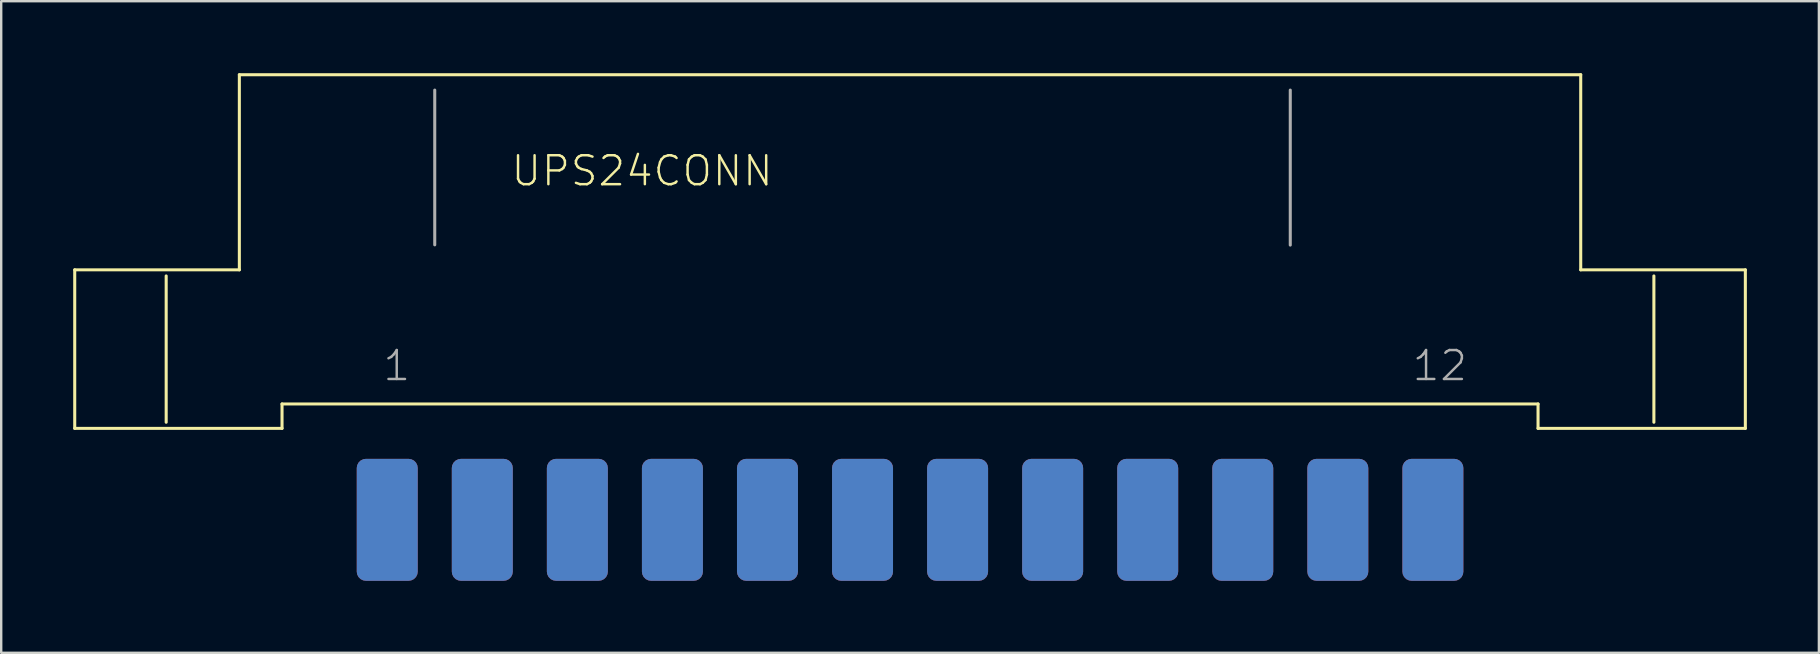
<source format=kicad_pcb>
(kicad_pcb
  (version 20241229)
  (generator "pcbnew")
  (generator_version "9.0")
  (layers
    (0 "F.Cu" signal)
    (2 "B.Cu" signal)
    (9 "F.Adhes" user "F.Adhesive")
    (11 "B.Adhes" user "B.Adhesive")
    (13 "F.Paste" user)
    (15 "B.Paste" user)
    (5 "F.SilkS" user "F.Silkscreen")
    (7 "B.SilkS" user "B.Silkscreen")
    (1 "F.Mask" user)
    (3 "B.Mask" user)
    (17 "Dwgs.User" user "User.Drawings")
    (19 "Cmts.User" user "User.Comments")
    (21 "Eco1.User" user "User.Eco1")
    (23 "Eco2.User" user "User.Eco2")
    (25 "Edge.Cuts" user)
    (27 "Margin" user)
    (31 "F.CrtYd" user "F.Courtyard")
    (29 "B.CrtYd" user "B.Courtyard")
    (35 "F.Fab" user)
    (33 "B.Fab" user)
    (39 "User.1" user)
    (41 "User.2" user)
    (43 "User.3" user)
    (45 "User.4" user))
  (footprint "UPS24CONN"
    (layer "F.Cu")
    (at 34.861 17.335)
    (property "Reference" "UPS24CONN" (at -5.639 -13.97 0) (layer "F.SilkS") (effects (font (size 1.206 1.206) (thickness 0.102)) (justify right top)))
    (attr through_hole)
    (fp_line (start -34.798 -2.54) (end -34.798 -9.144) (stroke (width 0.127) (type solid)) (layer "F.SilkS"))
    (fp_line (start -34.798 -2.54) (end -26.162 -2.54) (stroke (width 0.127) (type solid)) (layer "F.SilkS"))
    (fp_line (start -30.988 -2.794) (end -30.988 -8.89) (stroke (width 0.127) (type solid)) (layer "F.SilkS"))
    (fp_line (start -27.94 -17.272) (end -27.94 -9.144) (stroke (width 0.127) (type solid)) (layer "F.SilkS"))
    (fp_line (start -27.94 -17.272) (end 27.94 -17.272) (stroke (width 0.127) (type solid)) (layer "F.SilkS"))
    (fp_line (start -27.94 -9.144) (end -34.798 -9.144) (stroke (width 0.127) (type solid)) (layer "F.SilkS"))
    (fp_line (start -26.162 -3.556) (end 26.162 -3.556) (stroke (width 0.127) (type solid)) (layer "F.SilkS"))
    (fp_line (start -26.162 -2.54) (end -26.162 -3.556) (stroke (width 0.127) (type solid)) (layer "F.SilkS"))
    (fp_line (start 26.162 -2.54) (end 26.162 -3.556) (stroke (width 0.127) (type solid)) (layer "F.SilkS"))
    (fp_line (start 27.94 -17.272) (end 27.94 -9.144) (stroke (width 0.127) (type solid)) (layer "F.SilkS"))
    (fp_line (start 27.94 -9.144) (end 34.798 -9.144) (stroke (width 0.127) (type solid)) (layer "F.SilkS"))
    (fp_line (start 30.988 -2.794) (end 30.988 -8.89) (stroke (width 0.127) (type solid)) (layer "F.SilkS"))
    (fp_line (start 34.798 -2.54) (end 26.162 -2.54) (stroke (width 0.127) (type solid)) (layer "F.SilkS"))
    (fp_line (start 34.798 -2.54) (end 34.798 -9.144) (stroke (width 0.127) (type solid)) (layer "F.SilkS"))
    (fp_line (start -19.8 -10.185) (end -19.8 -16.632) (stroke (width 0.127) (type solid)) (layer "F.Fab"))
    (fp_line (start 15.84 -10.175) (end 15.84 -16.632) (stroke (width 0.127) (type solid)) (layer "F.Fab"))
    (fp_text user "12" (at 20.855 -4.445 0) (layer "F.Fab") (effects (font (size 1.206 1.206) (thickness 0.102)) (justify left bottom)))
    (fp_text user "1" (at -22.025 -4.445 0) (layer "F.Fab") (effects (font (size 1.206 1.206) (thickness 0.102)) (justify left bottom)))
    (pad "1" smd roundrect (at -21.779 1.27) (size 2.54 5.08) (layers "F.Cu" "F.Mask" "F.Paste") (roundrect_rratio 0.15))
    (pad "2" smd roundrect (at -17.819 1.27) (size 2.54 5.08) (layers "F.Cu" "F.Mask" "F.Paste") (roundrect_rratio 0.15))
    (pad "3" smd roundrect (at -13.859 1.27) (size 2.54 5.08) (layers "F.Cu" "F.Mask" "F.Paste") (roundrect_rratio 0.15))
    (pad "4" smd roundrect (at -9.899 1.27) (size 2.54 5.08) (layers "F.Cu" "F.Mask" "F.Paste") (roundrect_rratio 0.15))
    (pad "5" smd roundrect (at -5.939 1.27) (size 2.54 5.08) (layers "F.Cu" "F.Mask" "F.Paste") (roundrect_rratio 0.15))
    (pad "6" smd roundrect (at -1.979 1.27) (size 2.54 5.08) (layers "F.Cu" "F.Mask" "F.Paste") (roundrect_rratio 0.15))
    (pad "7" smd roundrect (at 1.981 1.27) (size 2.54 5.08) (layers "F.Cu" "F.Mask" "F.Paste") (roundrect_rratio 0.15))
    (pad "8" smd roundrect (at 5.941 1.27) (size 2.54 5.08) (layers "F.Cu" "F.Mask" "F.Paste") (roundrect_rratio 0.15))
    (pad "9" smd roundrect (at 9.901 1.27) (size 2.54 5.08) (layers "F.Cu" "F.Mask" "F.Paste") (roundrect_rratio 0.15))
    (pad "10" smd roundrect (at 13.861 1.27) (size 2.54 5.08) (layers "F.Cu" "F.Mask" "F.Paste") (roundrect_rratio 0.15))
    (pad "11" smd roundrect (at 17.821 1.27) (size 2.54 5.08) (layers "F.Cu" "F.Mask" "F.Paste") (roundrect_rratio 0.15))
    (pad "12" smd roundrect (at 21.781 1.27) (size 2.54 5.08) (layers "F.Cu" "F.Mask" "F.Paste") (roundrect_rratio 0.15))
    (pad "A" smd roundrect (at -21.779 1.27) (size 2.54 5.08) (layers "B.Cu" "B.Mask" "B.Paste") (roundrect_rratio 0.15))
    (pad "B" smd roundrect (at -17.819 1.27) (size 2.54 5.08) (layers "B.Cu" "B.Mask" "B.Paste") (roundrect_rratio 0.15))
    (pad "C" smd roundrect (at -13.859 1.27) (size 2.54 5.08) (layers "B.Cu" "B.Mask" "B.Paste") (roundrect_rratio 0.15))
    (pad "D" smd roundrect (at -9.899 1.27) (size 2.54 5.08) (layers "B.Cu" "B.Mask" "B.Paste") (roundrect_rratio 0.15))
    (pad "E" smd roundrect (at -5.939 1.27) (size 2.54 5.08) (layers "B.Cu" "B.Mask" "B.Paste") (roundrect_rratio 0.15))
    (pad "F" smd roundrect (at -1.979 1.27) (size 2.54 5.08) (layers "B.Cu" "B.Mask" "B.Paste") (roundrect_rratio 0.15))
    (pad "H" smd roundrect (at 1.981 1.27) (size 2.54 5.08) (layers "B.Cu" "B.Mask" "B.Paste") (roundrect_rratio 0.15))
    (pad "J" smd roundrect (at 5.941 1.27) (size 2.54 5.08) (layers "B.Cu" "B.Mask" "B.Paste") (roundrect_rratio 0.15))
    (pad "K" smd roundrect (at 9.901 1.27) (size 2.54 5.08) (layers "B.Cu" "B.Mask" "B.Paste") (roundrect_rratio 0.15))
    (pad "L" smd roundrect (at 13.861 1.27) (size 2.54 5.08) (layers "B.Cu" "B.Mask" "B.Paste") (roundrect_rratio 0.15))
    (pad "M" smd roundrect (at 17.821 1.27) (size 2.54 5.08) (layers "B.Cu" "B.Mask" "B.Paste") (roundrect_rratio 0.15))
    (pad "N" smd roundrect (at 21.781 1.27) (size 2.54 5.08) (layers "B.Cu" "B.Mask" "B.Paste") (roundrect_rratio 0.15)))
  (gr_rect
    (start -3 -3)
    (end 72.723 24.145)
    (stroke (width 0.1) (type default))
    (fill no)
    (layer "Edge.Cuts")))
</source>
